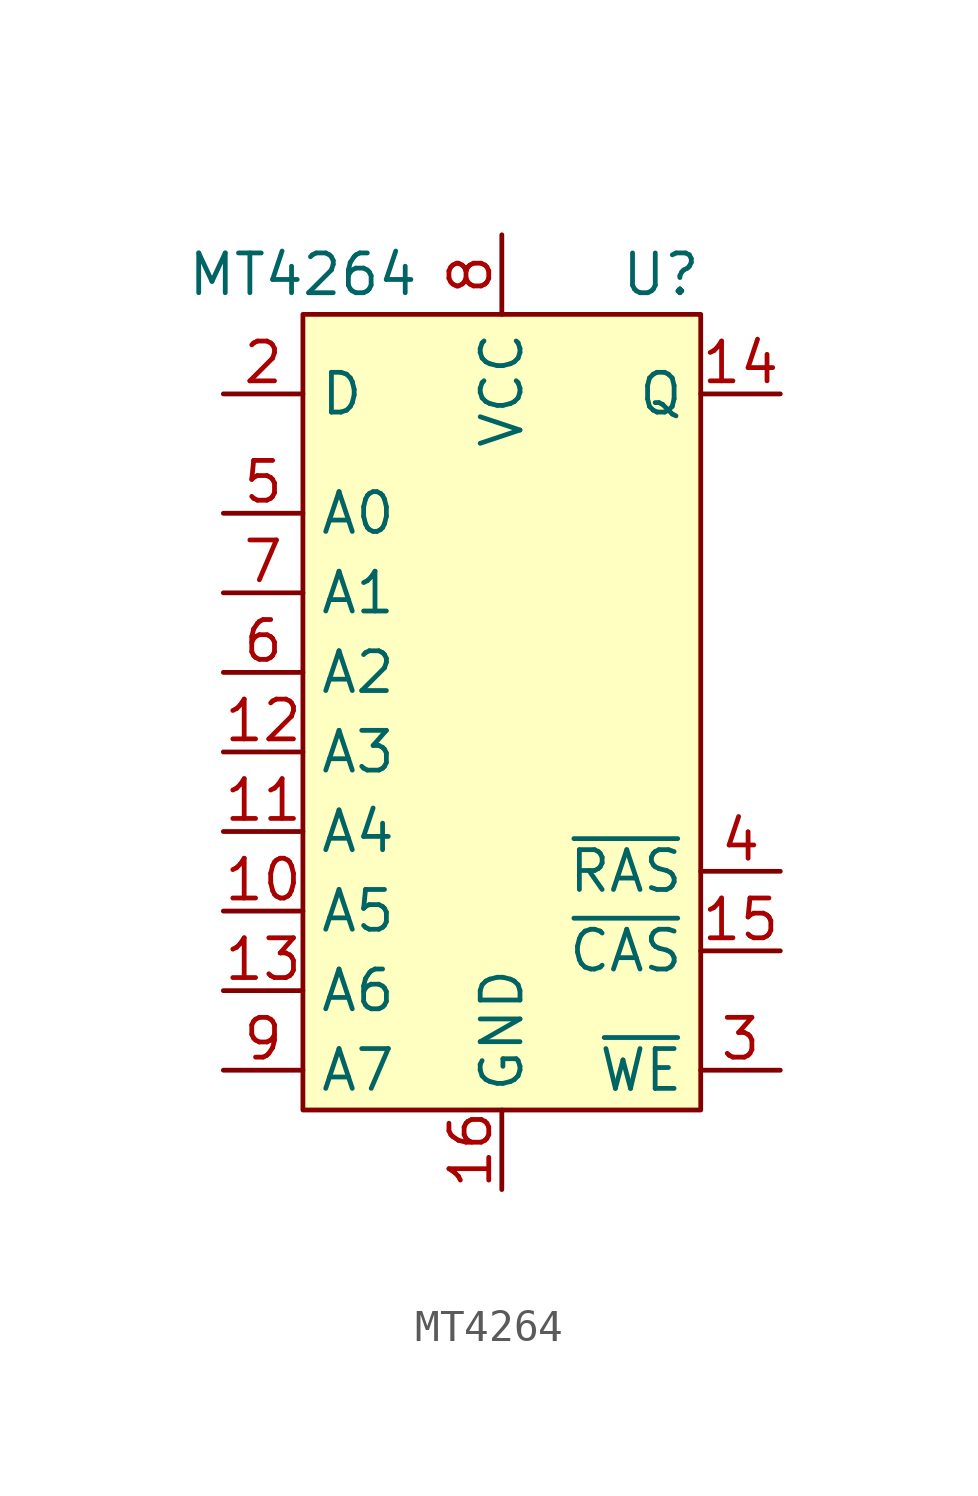
<source format=kicad_sym>
(kicad_symbol_lib
  (version 20211014)
  (generator kicad_symbol_editor)
  (symbol "MT4264"
    (property "Reference" "U"
      (at 5.08 13.97 0)
      (effects (font (size 1.27 1.27))))
    (property "Value" "MT4264"
      (at -6.35 13.97 0)
      (effects (font (size 1.27 1.27))))
    (symbol "MT4264_0_1"
      (rectangle (start -6.35 12.7) (end 6.35 -12.7) (stroke (width 0.152) (type default) (color 0 0 0 0)) (fill (type background))))
    (symbol "MT4264_1_1"
      (pin no_connect line (at -6.35 7.62 0) (length 2.54) hide (name "NC" (effects (font (size 1.27 1.27)))) (number "1" (effects (font (size 1.27 1.27)))))
      (pin input line (at -8.89 -6.35 0) (length 2.54) (name "A5" (effects (font (size 1.27 1.27)))) (number "10" (effects (font (size 1.27 1.27)))))
      (pin input line (at -8.89 -3.81 0) (length 2.54) (name "A4" (effects (font (size 1.27 1.27)))) (number "11" (effects (font (size 1.27 1.27)))))
      (pin input line (at -8.89 -1.27 0) (length 2.54) (name "A3" (effects (font (size 1.27 1.27)))) (number "12" (effects (font (size 1.27 1.27)))))
      (pin input line (at -8.89 -8.89 0) (length 2.54) (name "A6" (effects (font (size 1.27 1.27)))) (number "13" (effects (font (size 1.27 1.27)))))
      (pin tri_state line (at 8.89 10.16 180) (length 2.54) (name "Q" (effects (font (size 1.27 1.27)))) (number "14" (effects (font (size 1.27 1.27)))))
      (pin input line (at 8.89 -7.62 180) (length 2.54) (name "~{CAS}" (effects (font (size 1.27 1.27)))) (number "15" (effects (font (size 1.27 1.27)))))
      (pin power_in line (at 0 -15.24 90) (length 2.54) (name "GND" (effects (font (size 1.27 1.27)))) (number "16" (effects (font (size 1.27 1.27)))))
      (pin input line (at -8.89 10.16 0) (length 2.54) (name "D" (effects (font (size 1.27 1.27)))) (number "2" (effects (font (size 1.27 1.27)))))
      (pin input line (at 8.89 -11.43 180) (length 2.54) (name "~{WE}" (effects (font (size 1.27 1.27)))) (number "3" (effects (font (size 1.27 1.27)))))
      (pin input line (at 8.89 -5.08 180) (length 2.54) (name "~{RAS}" (effects (font (size 1.27 1.27)))) (number "4" (effects (font (size 1.27 1.27)))))
      (pin input line (at -8.89 6.35 0) (length 2.54) (name "A0" (effects (font (size 1.27 1.27)))) (number "5" (effects (font (size 1.27 1.27)))))
      (pin input line (at -8.89 1.27 0) (length 2.54) (name "A2" (effects (font (size 1.27 1.27)))) (number "6" (effects (font (size 1.27 1.27)))))
      (pin input line (at -8.89 3.81 0) (length 2.54) (name "A1" (effects (font (size 1.27 1.27)))) (number "7" (effects (font (size 1.27 1.27)))))
      (pin power_in line (at 0 15.24 270) (length 2.54) (name "VCC" (effects (font (size 1.27 1.27)))) (number "8" (effects (font (size 1.27 1.27)))))
      (pin input line (at -8.89 -11.43 0) (length 2.54) (name "A7" (effects (font (size 1.27 1.27)))) (number "9" (effects (font (size 1.27 1.27))))))))
</source>
